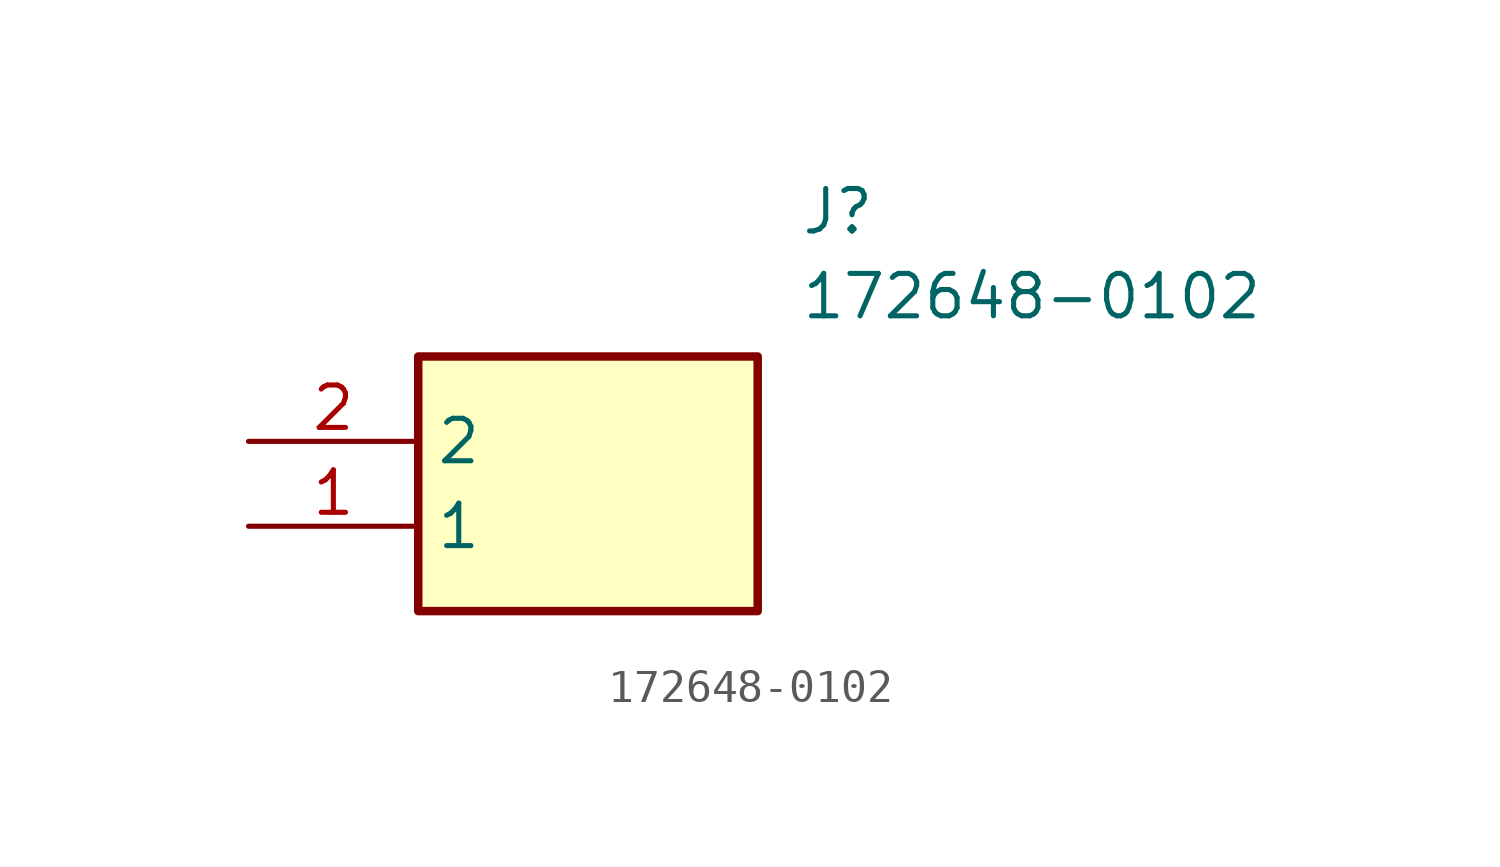
<source format=kicad_sym>
(kicad_symbol_lib
  (version 20211014)
  (generator SamacSys_ECAD_Model)
  (symbol "172648-0102"
    (property "Reference" "J"
      (at 16.51 7.62 0)
      (effects (font (size 1.27 1.27)) (justify left top)))
    (property "Value" "172648-0102"
      (at 16.51 5.08 0)
      (effects (font (size 1.27 1.27)) (justify left top)))
    (rectangle
      (start 5.08 2.54)
      (end 15.24 -5.08)
      (stroke (width 0.254) (type default))
      (fill (type background)))
    (pin passive line
      (at 0 -2.54 0)
      (length 5.08)
      (name "1" (effects (font (size 1.27 1.27))))
      (number "1" (effects (font (size 1.27 1.27)))))
    (pin passive line
      (at 0 0 0)
      (length 5.08)
      (name "2" (effects (font (size 1.27 1.27))))
      (number "2" (effects (font (size 1.27 1.27)))))))
</source>
